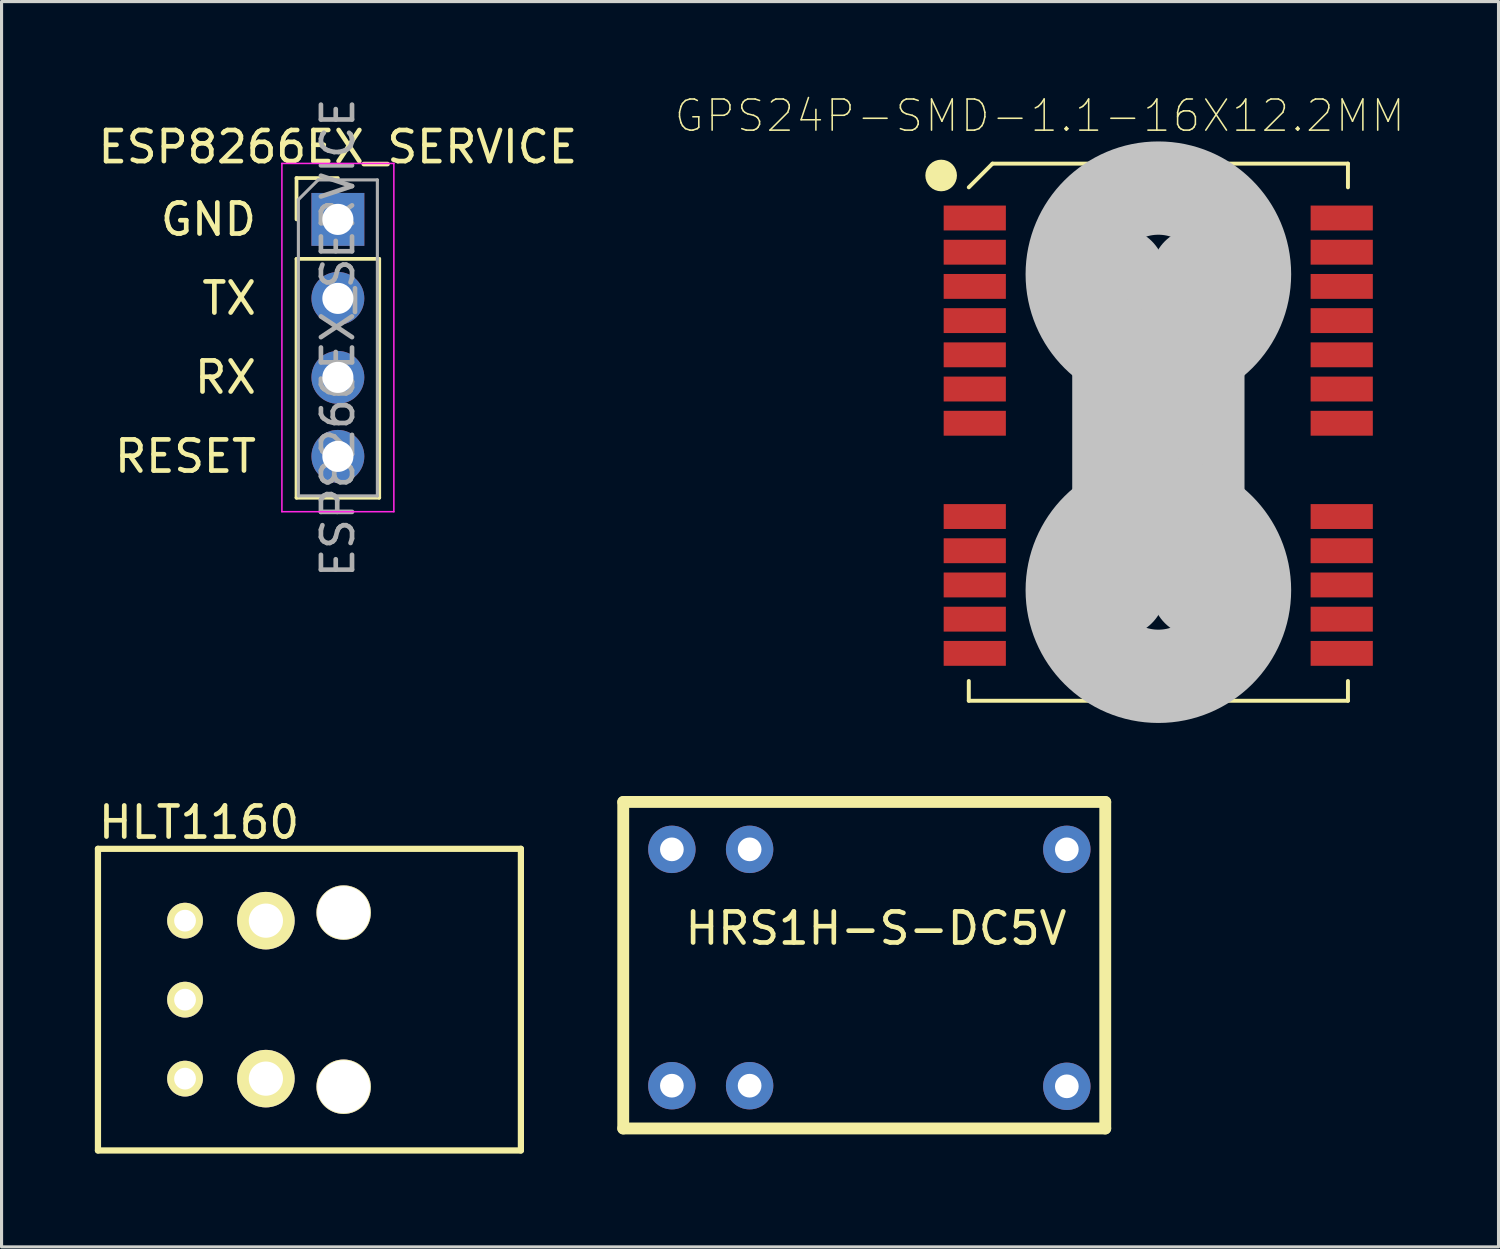
<source format=kicad_pcb>
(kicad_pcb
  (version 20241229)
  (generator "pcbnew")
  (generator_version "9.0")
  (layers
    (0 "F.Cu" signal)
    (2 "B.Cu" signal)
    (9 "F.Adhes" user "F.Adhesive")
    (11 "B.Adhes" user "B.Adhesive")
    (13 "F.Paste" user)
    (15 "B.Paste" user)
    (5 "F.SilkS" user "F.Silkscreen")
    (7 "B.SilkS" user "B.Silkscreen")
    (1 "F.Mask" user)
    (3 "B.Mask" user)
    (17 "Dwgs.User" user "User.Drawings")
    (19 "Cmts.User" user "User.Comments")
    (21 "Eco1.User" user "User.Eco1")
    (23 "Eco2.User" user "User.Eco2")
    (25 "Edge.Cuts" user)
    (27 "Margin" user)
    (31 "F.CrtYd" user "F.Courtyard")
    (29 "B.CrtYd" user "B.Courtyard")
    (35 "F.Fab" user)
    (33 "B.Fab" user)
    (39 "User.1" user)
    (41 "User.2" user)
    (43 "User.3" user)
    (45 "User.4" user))
  (footprint "HLT1160"
    (layer "F.Cu")
    (at 2.9 29.095)
    (property "Reference" "HLT1160" (at 0.45 -5.7 0) (layer "F.SilkS") (effects (font (size 1 1) (thickness 0.15))))
    (attr through_hole)
    (fp_line (start -2.8 -4.85) (end -2.8 4.85) (stroke (width 0.2) (type solid)) (layer "F.SilkS"))
    (fp_line (start -2.8 4.85) (end 10.8 4.85) (stroke (width 0.2) (type solid)) (layer "F.SilkS"))
    (fp_line (start 10.8 -4.85) (end -2.8 -4.85) (stroke (width 0.2) (type solid)) (layer "F.SilkS"))
    (fp_line (start 10.8 4.85) (end 10.8 -4.85) (stroke (width 0.2) (type solid)) (layer "F.SilkS"))
    (pad "" thru_hole circle (at 2.6 -2.54) (size 1.85 1.85) (drill 1.1) (layers "*.Cu" "*.Mask" "F.SilkS"))
    (pad "" thru_hole circle (at 2.6 2.54) (size 1.85 1.85) (drill 1.1) (layers "*.Cu" "*.Mask" "F.SilkS"))
    (pad "" thru_hole circle (at 5.1 -2.8) (size 1.75 1.75) (drill 1.7) (layers "*.Cu" "*.Mask" "F.SilkS"))
    (pad "" thru_hole circle (at 5.1 2.8) (size 1.75 1.75) (drill 1.7) (layers "*.Cu" "*.Mask" "F.SilkS"))
    (pad "1" thru_hole circle (at 0 -2.54) (size 1.15 1.15) (drill 0.7) (layers "*.Cu" "*.Mask" "F.SilkS"))
    (pad "2" thru_hole circle (at 0 0) (size 1.15 1.15) (drill 0.7) (layers "*.Cu" "*.Mask" "F.SilkS"))
    (pad "3" thru_hole circle (at 0 2.54) (size 1.15 1.15) (drill 0.7) (layers "*.Cu" "*.Mask" "F.SilkS")))
  (footprint "HRS1H-S-DC5V"
    (layer "F.Cu")
    (at 21.055 24.262)
    (property "Reference" "HRS1H-S-DC5V" (at 4.064 2.54 0) (layer "F.SilkS") (effects (font (size 1 1) (thickness 0.15))))
    (attr through_hole)
    (fp_line (start -4.064 -1.524) (end -4.064 8.976) (stroke (width 0.381) (type solid)) (layer "F.SilkS"))
    (fp_line (start -4.064 -1.524) (end 11.436 -1.524) (stroke (width 0.381) (type solid)) (layer "F.SilkS"))
    (fp_line (start -4.064 8.976) (end 11.436 8.976) (stroke (width 0.381) (type solid)) (layer "F.SilkS"))
    (fp_line (start 11.436 8.976) (end 11.436 -1.524) (stroke (width 0.381) (type solid)) (layer "F.SilkS"))
    (pad "1" thru_hole circle (at 0 0) (size 1.524 1.524) (drill 0.762) (layers "*.Cu" "*.Mask"))
    (pad "2" thru_hole circle (at 0 7.6) (size 1.524 1.524) (drill 0.762) (layers "*.Cu" "*.Mask"))
    (pad "3" thru_hole circle (at 10.2 0) (size 1.524 1.524) (drill 0.762) (layers "*.Cu" "*.Mask"))
    (pad "3" thru_hole circle (at 10.2 7.62) (size 1.524 1.524) (drill 0.762) (layers "*.Cu" "*.Mask"))
    (pad "5" thru_hole circle (at -2.5 0) (size 1.524 1.524) (drill 0.762) (layers "*.Cu" "*.Mask"))
    (pad "6" thru_hole circle (at -2.5 7.6) (size 1.524 1.524) (drill 0.762) (layers "*.Cu" "*.Mask")))
  (footprint "ESP8266EX_SERVICE"
    (layer "F.Cu")
    (at 7.815 4.005)
    (property "Reference" "ESP8266EX_SERVICE" (at 0 -2.33 0) (layer "F.SilkS") (effects (font (size 1 1) (thickness 0.15))))
    (attr through_hole)
    (fp_line (start -1.33 -1.33) (end 0 -1.33) (stroke (width 0.12) (type solid)) (layer "F.SilkS"))
    (fp_line (start -1.33 0) (end -1.33 -1.33) (stroke (width 0.12) (type solid)) (layer "F.SilkS"))
    (fp_line (start -1.33 1.27) (end -1.33 8.95) (stroke (width 0.12) (type solid)) (layer "F.SilkS"))
    (fp_line (start -1.33 1.27) (end 1.33 1.27) (stroke (width 0.12) (type solid)) (layer "F.SilkS"))
    (fp_line (start -1.33 8.95) (end 1.33 8.95) (stroke (width 0.12) (type solid)) (layer "F.SilkS"))
    (fp_line (start 1.33 1.27) (end 1.33 8.95) (stroke (width 0.12) (type solid)) (layer "F.SilkS"))
    (fp_line (start -1.8 -1.8) (end -1.8 9.4) (stroke (width 0.05) (type solid)) (layer "F.CrtYd"))
    (fp_line (start -1.8 9.4) (end 1.8 9.4) (stroke (width 0.05) (type solid)) (layer "F.CrtYd"))
    (fp_line (start 1.8 -1.8) (end -1.8 -1.8) (stroke (width 0.05) (type solid)) (layer "F.CrtYd"))
    (fp_line (start 1.8 9.4) (end 1.8 -1.8) (stroke (width 0.05) (type solid)) (layer "F.CrtYd"))
    (fp_line (start -1.27 -0.635) (end -0.635 -1.27) (stroke (width 0.1) (type solid)) (layer "F.Fab"))
    (fp_line (start -1.27 8.89) (end -1.27 -0.635) (stroke (width 0.1) (type solid)) (layer "F.Fab"))
    (fp_line (start -0.635 -1.27) (end 1.27 -1.27) (stroke (width 0.1) (type solid)) (layer "F.Fab"))
    (fp_line (start 1.27 -1.27) (end 1.27 8.89) (stroke (width 0.1) (type solid)) (layer "F.Fab"))
    (fp_line (start 1.27 8.89) (end -1.27 8.89) (stroke (width 0.1) (type solid)) (layer "F.Fab"))
    (fp_text user "RESET" (at -2.54 7.62 0) (layer "F.SilkS") (effects (font (size 1 1) (thickness 0.15)) (justify right)))
    (fp_text user "RX" (at -2.54 5.08 0) (layer "F.SilkS") (effects (font (size 1 1) (thickness 0.15)) (justify right)))
    (fp_text user "GND" (at -2.54 0 0) (layer "F.SilkS") (effects (font (size 1 1) (thickness 0.15)) (justify right)))
    (fp_text user "TX" (at -2.54 2.54 0) (layer "F.SilkS") (effects (font (size 1 1) (thickness 0.15)) (justify right)))
    (fp_text user "${REFERENCE}" (at 0 3.81 90) (layer "F.Fab") (effects (font (size 1 1) (thickness 0.15))))
    (pad "GND" thru_hole rect (at 0 0) (size 1.7 1.7) (drill 1) (layers "*.Cu" "*.Mask"))
    (pad "RESET" thru_hole oval (at 0 7.62) (size 1.7 1.7) (drill 1) (layers "*.Cu" "*.Mask"))
    (pad "RX" thru_hole oval (at 0 5.08) (size 1.7 1.7) (drill 1) (layers "*.Cu" "*.Mask"))
    (pad "TX" thru_hole oval (at 0 2.54) (size 1.7 1.7) (drill 1) (layers "*.Cu" "*.Mask")))
  (footprint "GPS24P-SMD-1.1-16X12.2MM"
    (layer "F.Cu")
    (at 34.199 10.848)
    (property "Reference" "GPS24P-SMD-1.1-16X12.2MM" (at -3.815 -10.174 0) (layer "F.SilkS") (effects (font (size 1.001 1.001) (thickness 0.05))))
    (attr smd)
    (fp_line (start -6.096 8.636) (end -6.096 8.001) (stroke (width 0.127) (type solid)) (layer "F.SilkS"))
    (fp_line (start -5.334 -8.636) (end -6.096 -7.874) (stroke (width 0.127) (type solid)) (layer "F.SilkS"))
    (fp_line (start 6.096 -8.636) (end -5.334 -8.636) (stroke (width 0.127) (type solid)) (layer "F.SilkS"))
    (fp_line (start 6.096 -7.874) (end 6.096 -8.636) (stroke (width 0.127) (type solid)) (layer "F.SilkS"))
    (fp_line (start 6.096 8.001) (end 6.096 8.636) (stroke (width 0.127) (type solid)) (layer "F.SilkS"))
    (fp_line (start 6.096 8.636) (end -6.096 8.636) (stroke (width 0.127) (type solid)) (layer "F.SilkS"))
    (fp_circle (center -6.985 -8.255) (end -6.731 -8.255) (stroke (width 0.508) (type solid)) (fill no) (layer "F.SilkS"))
    (fp_line (start -1.27 -5.08) (end -1.27 5.08) (stroke (width 3) (type solid)) (layer "Dwgs.User"))
    (fp_line (start 1.27 -5.08) (end 1.27 5.08) (stroke (width 3) (type solid)) (layer "Dwgs.User"))
    (fp_circle (center 0 -5.08) (end 1.27 -5.08) (stroke (width 3) (type solid)) (fill no) (layer "Dwgs.User"))
    (fp_circle (center 0 5.08) (end 1.27 5.08) (stroke (width 3) (type solid)) (fill no) (layer "Dwgs.User"))
    (pad "1" smd rect (at -5.904 -6.888 180) (size 2 0.8) (layers "F.Cu" "F.Mask" "F.Paste"))
    (pad "2" smd rect (at -5.904 -5.788 180) (size 2 0.8) (layers "F.Cu" "F.Mask" "F.Paste"))
    (pad "3" smd rect (at -5.904 -4.688 180) (size 2 0.8) (layers "F.Cu" "F.Mask" "F.Paste"))
    (pad "4" smd rect (at -5.904 -3.588 180) (size 2 0.8) (layers "F.Cu" "F.Mask" "F.Paste"))
    (pad "5" smd rect (at -5.904 -2.488 180) (size 2 0.8) (layers "F.Cu" "F.Mask" "F.Paste"))
    (pad "6" smd rect (at -5.904 -1.388 180) (size 2 0.8) (layers "F.Cu" "F.Mask" "F.Paste"))
    (pad "7" smd rect (at -5.904 -0.288 180) (size 2 0.8) (layers "F.Cu" "F.Mask" "F.Paste"))
    (pad "8" smd rect (at -5.904 2.712 180) (size 2 0.8) (layers "F.Cu" "F.Mask" "F.Paste"))
    (pad "9" smd rect (at -5.904 3.812 180) (size 2 0.8) (layers "F.Cu" "F.Mask" "F.Paste"))
    (pad "10" smd rect (at -5.904 4.912 180) (size 2 0.8) (layers "F.Cu" "F.Mask" "F.Paste"))
    (pad "11" smd rect (at -5.904 6.012 180) (size 2 0.8) (layers "F.Cu" "F.Mask" "F.Paste"))
    (pad "12" smd rect (at -5.904 7.112 180) (size 2 0.8) (layers "F.Cu" "F.Mask" "F.Paste"))
    (pad "13" smd rect (at 5.896 7.112 180) (size 2 0.8) (layers "F.Cu" "F.Mask" "F.Paste"))
    (pad "14" smd rect (at 5.896 6.012 180) (size 2 0.8) (layers "F.Cu" "F.Mask" "F.Paste"))
    (pad "15" smd rect (at 5.896 4.912 180) (size 2 0.8) (layers "F.Cu" "F.Mask" "F.Paste"))
    (pad "16" smd rect (at 5.896 3.812 180) (size 2 0.8) (layers "F.Cu" "F.Mask" "F.Paste"))
    (pad "17" smd rect (at 5.896 2.712 180) (size 2 0.8) (layers "F.Cu" "F.Mask" "F.Paste"))
    (pad "18" smd rect (at 5.896 -0.288 180) (size 2 0.8) (layers "F.Cu" "F.Mask" "F.Paste"))
    (pad "19" smd rect (at 5.896 -1.388 180) (size 2 0.8) (layers "F.Cu" "F.Mask" "F.Paste"))
    (pad "20" smd rect (at 5.896 -2.488 180) (size 2 0.8) (layers "F.Cu" "F.Mask" "F.Paste"))
    (pad "21" smd rect (at 5.896 -3.588 180) (size 2 0.8) (layers "F.Cu" "F.Mask" "F.Paste"))
    (pad "22" smd rect (at 5.896 -4.688 180) (size 2 0.8) (layers "F.Cu" "F.Mask" "F.Paste"))
    (pad "23" smd rect (at 5.896 -5.788 180) (size 2 0.8) (layers "F.Cu" "F.Mask" "F.Paste"))
    (pad "24" smd rect (at 5.896 -6.888 180) (size 2 0.8) (layers "F.Cu" "F.Mask" "F.Paste")))
  (gr_rect
    (start -3 -3)
    (end 45.137 37.045)
    (stroke (width 0.1) (type default))
    (fill no)
    (layer "Edge.Cuts")))
</source>
